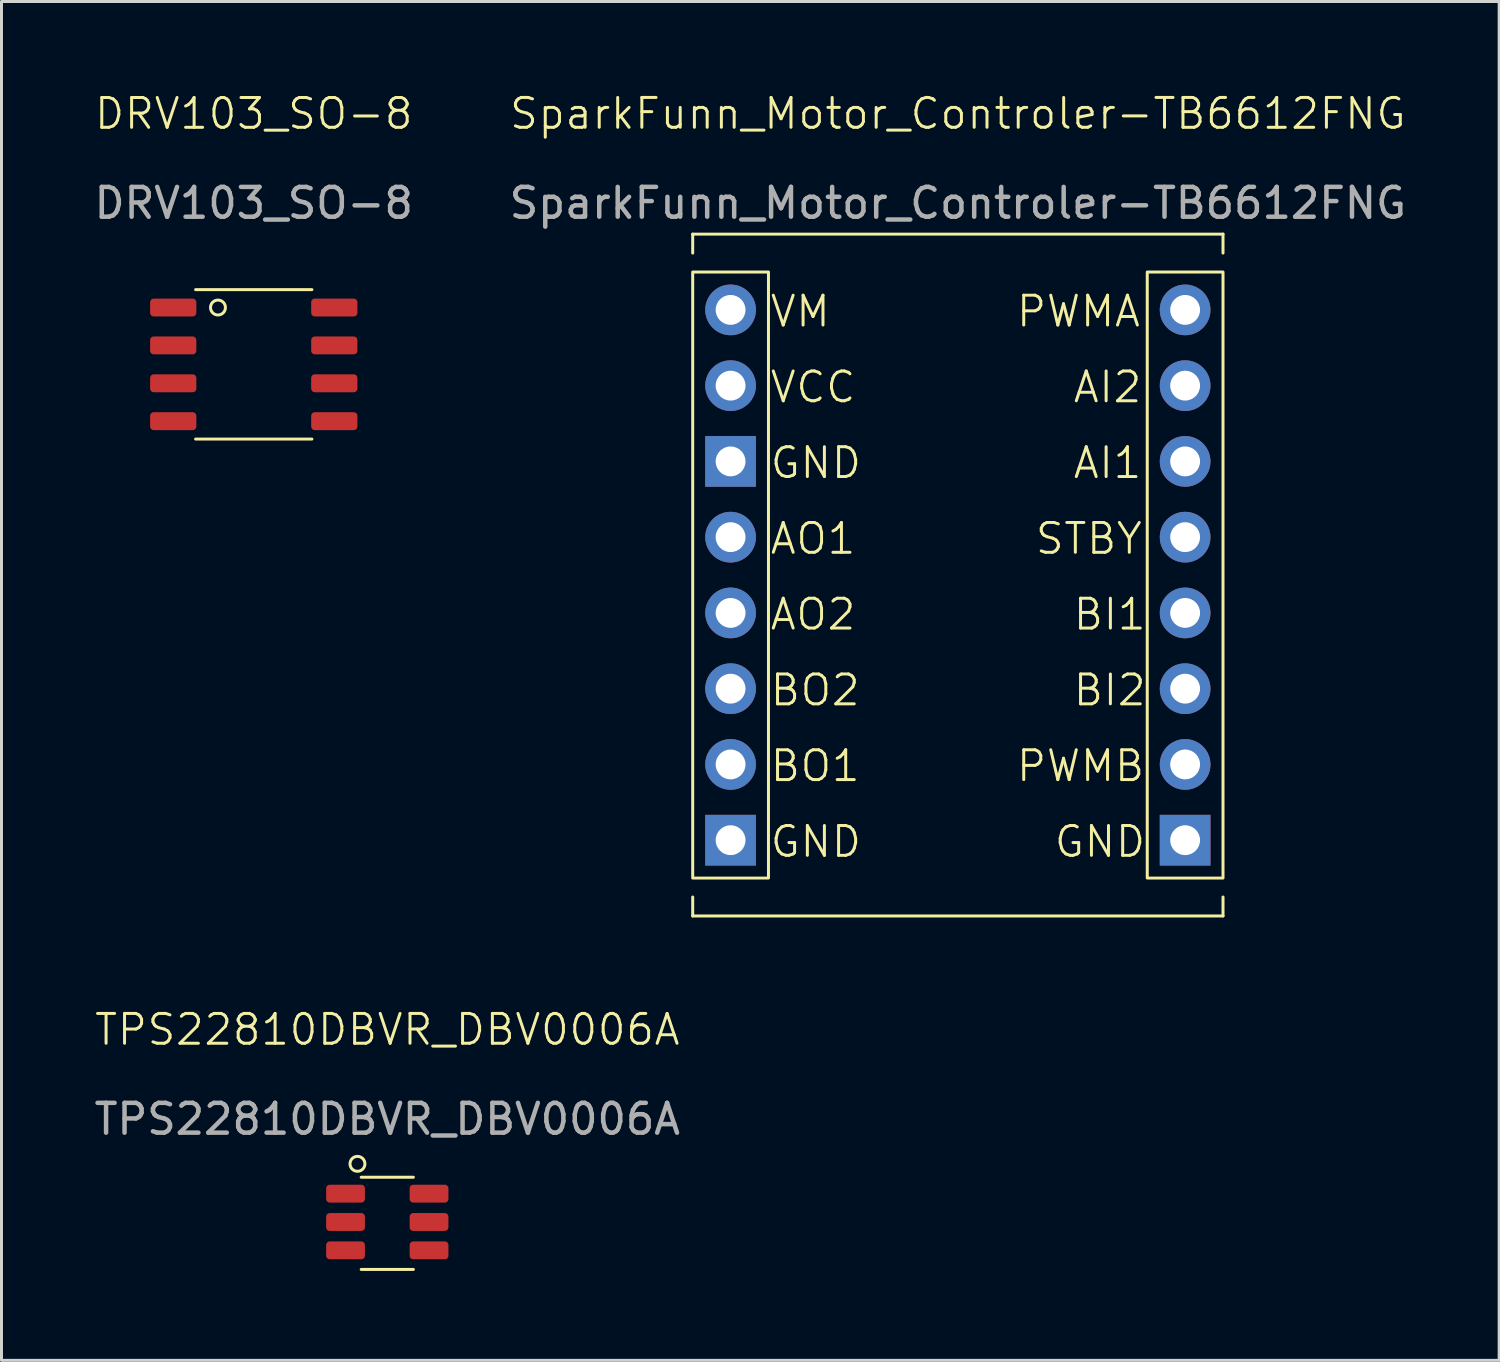
<source format=kicad_pcb>
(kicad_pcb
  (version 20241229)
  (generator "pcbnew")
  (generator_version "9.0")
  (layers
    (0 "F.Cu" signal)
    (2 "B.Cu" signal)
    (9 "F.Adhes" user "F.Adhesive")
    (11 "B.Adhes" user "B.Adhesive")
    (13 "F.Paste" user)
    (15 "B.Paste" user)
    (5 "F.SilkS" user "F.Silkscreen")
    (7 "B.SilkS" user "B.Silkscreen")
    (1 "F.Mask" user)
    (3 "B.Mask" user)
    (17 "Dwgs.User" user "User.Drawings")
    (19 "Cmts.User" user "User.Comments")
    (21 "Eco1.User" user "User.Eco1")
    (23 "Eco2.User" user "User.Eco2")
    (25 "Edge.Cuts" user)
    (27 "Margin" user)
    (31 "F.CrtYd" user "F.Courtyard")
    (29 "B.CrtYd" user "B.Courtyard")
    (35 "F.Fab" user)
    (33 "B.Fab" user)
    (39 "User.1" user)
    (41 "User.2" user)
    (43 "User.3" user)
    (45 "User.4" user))
  (footprint "DRV103_SO-8"
    (layer "F.Cu")
    (at 5.458 7.261)
    (property "Reference" "DRV103_SO-8" (at 0 -6.5 0) (unlocked yes) (layer "F.SilkS") (effects (font (size 1 1) (thickness 0.1))))
    (attr smd)
    (fp_line (start -1.95 -0.6) (end 1.95 -0.6) (stroke (width 0.1) (type default)) (layer "F.SilkS"))
    (fp_line (start -1.95 4.41) (end 1.95 4.41) (stroke (width 0.1) (type default)) (layer "F.SilkS"))
    (fp_circle (center -1.2 0) (end -0.95 0) (stroke (width 0.1) (type default)) (fill no) (layer "F.SilkS"))
    (fp_text user "${REFERENCE}" (at 0 -3.5 0) (unlocked yes) (layer "F.Fab") (effects (font (size 1 1) (thickness 0.15))))
    (pad "1" smd roundrect (at -2.7 0) (size 1.55 0.6) (layers "F.Cu" "F.Mask" "F.Paste") (roundrect_rratio 0.2))
    (pad "2" smd roundrect (at -2.7 1.27) (size 1.55 0.6) (layers "F.Cu" "F.Mask" "F.Paste") (roundrect_rratio 0.2))
    (pad "3" smd roundrect (at -2.7 2.54) (size 1.55 0.6) (layers "F.Cu" "F.Mask" "F.Paste") (roundrect_rratio 0.2))
    (pad "4" smd roundrect (at -2.7 3.81) (size 1.55 0.6) (layers "F.Cu" "F.Mask" "F.Paste") (roundrect_rratio 0.2))
    (pad "5" smd roundrect (at 2.7 3.81) (size 1.55 0.6) (layers "F.Cu" "F.Mask" "F.Paste") (roundrect_rratio 0.2))
    (pad "6" smd roundrect (at 2.7 2.54) (size 1.55 0.6) (layers "F.Cu" "F.Mask" "F.Paste") (roundrect_rratio 0.2))
    (pad "7" smd roundrect (at 2.7 1.27) (size 1.55 0.6) (layers "F.Cu" "F.Mask" "F.Paste") (roundrect_rratio 0.2))
    (pad "8" smd roundrect (at 2.7 0) (size 1.55 0.6) (layers "F.Cu" "F.Mask" "F.Paste") (roundrect_rratio 0.2)))
  (footprint "TPS22810DBVR_DBV0006A"
    (layer "F.Cu")
    (at 9.935 36.971)
    (property "Reference" "TPS22810DBVR_DBV0006A" (at 0 -5.5 0) (unlocked yes) (layer "F.SilkS") (effects (font (size 1 1) (thickness 0.1))))
    (attr smd)
    (fp_line (start -0.875 -0.55) (end 0.875 -0.55) (stroke (width 0.1) (type default)) (layer "F.SilkS"))
    (fp_line (start -0.875 2.54) (end 0.875 2.54) (stroke (width 0.1) (type default)) (layer "F.SilkS"))
    (fp_circle (center -1 -1) (end -0.75 -1) (stroke (width 0.1) (type default)) (fill no) (layer "F.SilkS"))
    (fp_text user "${REFERENCE}" (at 0 -2.5 0) (unlocked yes) (layer "F.Fab") (effects (font (size 1 1) (thickness 0.15))))
    (pad "1" smd roundrect (at -1.4 0) (size 1.3 0.6) (layers "F.Cu" "F.Mask" "F.Paste") (roundrect_rratio 0.2))
    (pad "2" smd roundrect (at -1.4 0.95) (size 1.3 0.6) (layers "F.Cu" "F.Mask" "F.Paste") (roundrect_rratio 0.2))
    (pad "3" smd roundrect (at -1.4 1.9) (size 1.3 0.6) (layers "F.Cu" "F.Mask" "F.Paste") (roundrect_rratio 0.2))
    (pad "4" smd roundrect (at 1.4 1.9) (size 1.3 0.6) (layers "F.Cu" "F.Mask" "F.Paste") (roundrect_rratio 0.2))
    (pad "5" smd roundrect (at 1.4 0.95) (size 1.3 0.6) (layers "F.Cu" "F.Mask" "F.Paste") (roundrect_rratio 0.2))
    (pad "6" smd roundrect (at 1.4 0) (size 1.3 0.6) (layers "F.Cu" "F.Mask" "F.Paste") (roundrect_rratio 0.2)))
  (footprint "SparkFunn_Motor_Controler-TB6612FNG"
    (layer "F.Cu")
    (at 21.445 7.34)
    (property "Reference" "SparkFunn_Motor_Controler-TB6612FNG" (at 7.62 -6.58 0) (unlocked yes) (layer "F.SilkS") (effects (font (size 1 1) (thickness 0.1))))
    (attr smd)
    (fp_line (start -1.27 -2.54) (end -1.27 -1.905) (stroke (width 0.1) (type default)) (layer "F.SilkS"))
    (fp_line (start -1.27 20.32) (end -1.27 19.685) (stroke (width 0.1) (type default)) (layer "F.SilkS"))
    (fp_line (start 16.51 -2.54) (end -1.27 -2.54) (stroke (width 0.1) (type default)) (layer "F.SilkS"))
    (fp_line (start 16.51 -1.905) (end 16.51 -2.54) (stroke (width 0.1) (type default)) (layer "F.SilkS"))
    (fp_line (start 16.51 19.685) (end 16.51 20.32) (stroke (width 0.1) (type default)) (layer "F.SilkS"))
    (fp_line (start 16.51 20.32) (end -1.27 20.32) (stroke (width 0.1) (type default)) (layer "F.SilkS"))
    (fp_rect (start -1.27 -1.27) (end 1.27 19.05) (stroke (width 0.1) (type default)) (fill no) (layer "F.SilkS"))
    (fp_rect (start 13.97 -1.27) (end 16.51 19.05) (stroke (width 0.1) (type default)) (fill no) (layer "F.SilkS"))
    (fp_text user "VCC" (at 1.27 3.175 0) (unlocked yes) (layer "F.SilkS") (effects (font (size 1 1) (thickness 0.1)) (justify left bottom)))
    (fp_text user "BI2" (at 11.43 13.335 0) (unlocked yes) (layer "F.SilkS") (effects (font (size 1 1) (thickness 0.1)) (justify left bottom)))
    (fp_text user "PWMB" (at 9.525 15.875 0) (unlocked yes) (layer "F.SilkS") (effects (font (size 1 1) (thickness 0.1)) (justify left bottom)))
    (fp_text user "GND" (at 10.795 18.415 0) (unlocked yes) (layer "F.SilkS") (effects (font (size 1 1) (thickness 0.1)) (justify left bottom)))
    (fp_text user "PWMA" (at 9.525 0.635 0) (unlocked yes) (layer "F.SilkS") (effects (font (size 1 1) (thickness 0.1)) (justify left bottom)))
    (fp_text user "BI1" (at 11.43 10.795 0) (unlocked yes) (layer "F.SilkS") (effects (font (size 1 1) (thickness 0.1)) (justify left bottom)))
    (fp_text user "GND" (at 1.27 18.415 0) (unlocked yes) (layer "F.SilkS") (effects (font (size 1 1) (thickness 0.1)) (justify left bottom)))
    (fp_text user "AO2" (at 1.27 10.795 0) (unlocked yes) (layer "F.SilkS") (effects (font (size 1 1) (thickness 0.1)) (justify left bottom)))
    (fp_text user "VM" (at 1.27 0.635 0) (unlocked yes) (layer "F.SilkS") (effects (font (size 1 1) (thickness 0.1)) (justify left bottom)))
    (fp_text user "AI1" (at 11.43 5.715 0) (unlocked yes) (layer "F.SilkS") (effects (font (size 1 1) (thickness 0.1)) (justify left bottom)))
    (fp_text user "AO1" (at 1.27 8.255 0) (unlocked yes) (layer "F.SilkS") (effects (font (size 1 1) (thickness 0.1)) (justify left bottom)))
    (fp_text user "GND" (at 1.27 5.715 0) (unlocked yes) (layer "F.SilkS") (effects (font (size 1 1) (thickness 0.1)) (justify left bottom)))
    (fp_text user "AI2" (at 11.43 3.175 0) (unlocked yes) (layer "F.SilkS") (effects (font (size 1 1) (thickness 0.1)) (justify left bottom)))
    (fp_text user "BO2" (at 1.27 13.335 0) (unlocked yes) (layer "F.SilkS") (effects (font (size 1 1) (thickness 0.1)) (justify left bottom)))
    (fp_text user "BO1" (at 1.27 15.875 0) (unlocked yes) (layer "F.SilkS") (effects (font (size 1 1) (thickness 0.1)) (justify left bottom)))
    (fp_text user "STBY" (at 10.16 8.255 0) (unlocked yes) (layer "F.SilkS") (effects (font (size 1 1) (thickness 0.1)) (justify left bottom)))
    (fp_text user "${REFERENCE}" (at 7.62 -3.58 0) (unlocked yes) (layer "F.Fab") (effects (font (size 1 1) (thickness 0.15))))
    (pad "1" thru_hole circle (at 15.24 0) (size 1.7 1.7) (drill 1) (layers "*.Cu" "*.Mask"))
    (pad "2" thru_hole circle (at 15.24 2.54) (size 1.7 1.7) (drill 1) (layers "*.Cu" "*.Mask"))
    (pad "3" thru_hole circle (at 15.24 5.08) (size 1.7 1.7) (drill 1) (layers "*.Cu" "*.Mask"))
    (pad "4" thru_hole circle (at 15.24 7.62) (size 1.7 1.7) (drill 1) (layers "*.Cu" "*.Mask"))
    (pad "5" thru_hole circle (at 15.24 10.16) (size 1.7 1.7) (drill 1) (layers "*.Cu" "*.Mask"))
    (pad "6" thru_hole circle (at 15.24 12.7) (size 1.7 1.7) (drill 1) (layers "*.Cu" "*.Mask"))
    (pad "7" thru_hole circle (at 15.24 15.24) (size 1.7 1.7) (drill 1) (layers "*.Cu" "*.Mask"))
    (pad "8" thru_hole rect (at 15.24 17.78) (size 1.7 1.7) (drill 1) (layers "*.Cu" "*.Mask"))
    (pad "9" thru_hole circle (at 0 0) (size 1.7 1.7) (drill 1) (layers "*.Cu" "*.Mask"))
    (pad "10" thru_hole circle (at 0 2.54) (size 1.7 1.7) (drill 1) (layers "*.Cu" "*.Mask"))
    (pad "11" thru_hole rect (at 0 5.08) (size 1.7 1.7) (drill 1) (layers "*.Cu" "*.Mask"))
    (pad "12" thru_hole circle (at 0 7.62) (size 1.7 1.7) (drill 1) (layers "*.Cu" "*.Mask"))
    (pad "13" thru_hole circle (at 0 10.16) (size 1.7 1.7) (drill 1) (layers "*.Cu" "*.Mask"))
    (pad "14" thru_hole circle (at 0 12.7) (size 1.7 1.7) (drill 1) (layers "*.Cu" "*.Mask"))
    (pad "15" thru_hole circle (at 0 15.24) (size 1.7 1.7) (drill 1) (layers "*.Cu" "*.Mask"))
    (pad "16" thru_hole rect (at 0 17.78) (size 1.7 1.7) (drill 1) (layers "*.Cu" "*.Mask")))
  (gr_rect
    (start -3 -3)
    (end 47.214 42.561)
    (stroke (width 0.1) (type default))
    (fill no)
    (layer "Edge.Cuts")))
</source>
